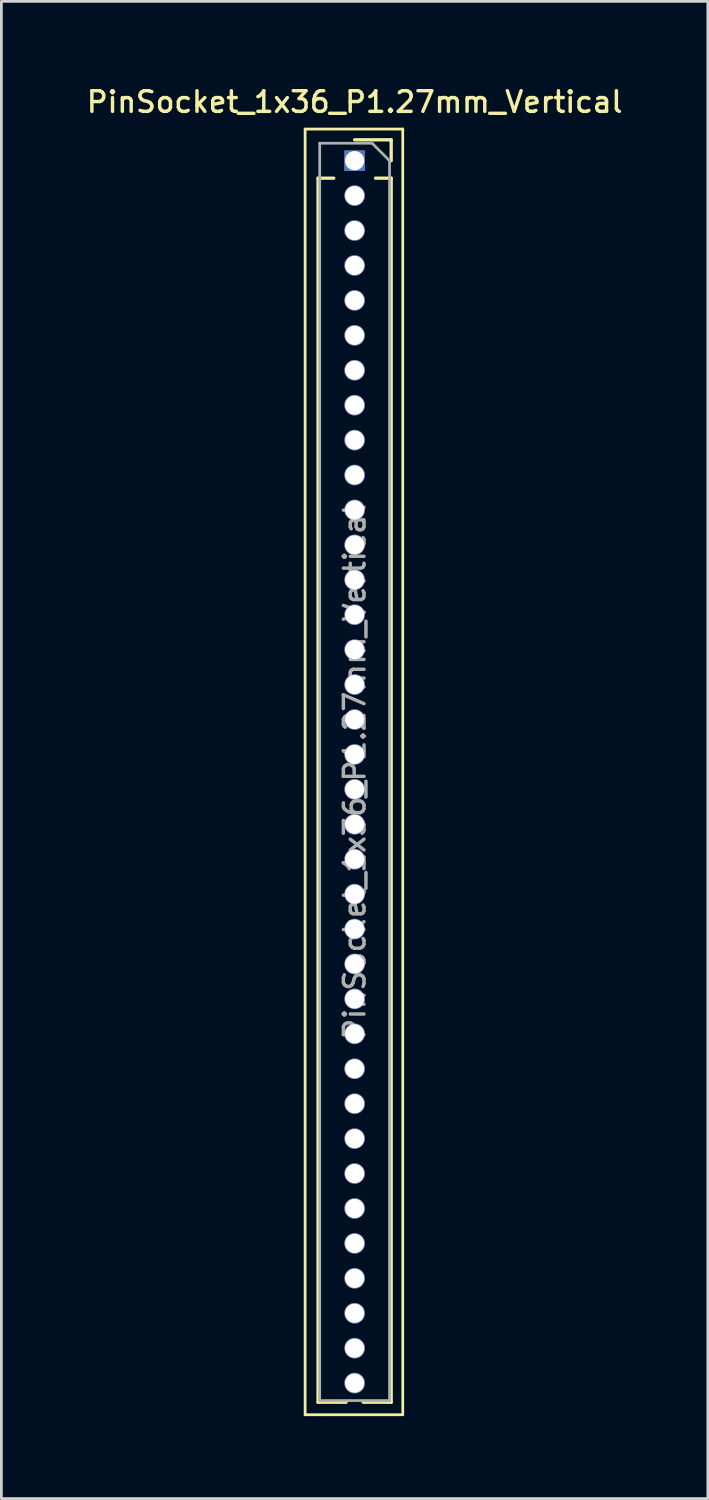
<source format=kicad_pcb>
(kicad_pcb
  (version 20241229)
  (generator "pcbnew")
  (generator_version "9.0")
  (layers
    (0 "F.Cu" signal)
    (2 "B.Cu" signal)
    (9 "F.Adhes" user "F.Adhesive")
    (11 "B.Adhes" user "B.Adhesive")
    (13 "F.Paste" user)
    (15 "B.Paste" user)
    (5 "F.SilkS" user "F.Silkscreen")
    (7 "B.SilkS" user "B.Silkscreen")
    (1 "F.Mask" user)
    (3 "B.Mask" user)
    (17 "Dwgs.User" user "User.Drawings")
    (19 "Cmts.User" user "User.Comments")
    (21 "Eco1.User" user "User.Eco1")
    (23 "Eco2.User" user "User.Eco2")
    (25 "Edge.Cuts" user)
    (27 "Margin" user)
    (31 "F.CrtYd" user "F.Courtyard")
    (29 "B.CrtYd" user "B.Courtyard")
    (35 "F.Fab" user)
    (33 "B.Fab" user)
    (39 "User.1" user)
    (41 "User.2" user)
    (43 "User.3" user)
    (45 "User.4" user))
  (footprint "PinSocket_1x36_P1.27mm_Vertical"
    (layer "F.Cu")
    (at 9.845 2.793)
    (property "Reference" "PinSocket_1x36_P1.27mm_Vertical" (at 0 -2.135 0) (layer "F.SilkS") (effects (font (size 0.75 0.75) (thickness 0.125))))
    (attr through_hole)
    (fp_line (start -1.8 -1.15) (end 1.75 -1.15) (stroke (width 0.1) (type solid)) (layer "F.SilkS"))
    (fp_line (start -1.8 45.6) (end -1.8 -1.15) (stroke (width 0.1) (type solid)) (layer "F.SilkS"))
    (fp_line (start -1.33 0.635) (end -1.33 45.145) (stroke (width 0.12) (type solid)) (layer "F.SilkS"))
    (fp_line (start -1.33 0.635) (end -0.76 0.635) (stroke (width 0.12) (type solid)) (layer "F.SilkS"))
    (fp_line (start -1.33 45.145) (end -0.308 45.145) (stroke (width 0.12) (type solid)) (layer "F.SilkS"))
    (fp_line (start 0 -0.76) (end 1.33 -0.76) (stroke (width 0.12) (type solid)) (layer "F.SilkS"))
    (fp_line (start 0.308 45.145) (end 1.33 45.145) (stroke (width 0.12) (type solid)) (layer "F.SilkS"))
    (fp_line (start 0.76 0.635) (end 1.33 0.635) (stroke (width 0.12) (type solid)) (layer "F.SilkS"))
    (fp_line (start 1.33 -0.76) (end 1.33 0) (stroke (width 0.12) (type solid)) (layer "F.SilkS"))
    (fp_line (start 1.33 0.635) (end 1.33 45.145) (stroke (width 0.12) (type solid)) (layer "F.SilkS"))
    (fp_line (start 1.75 -1.15) (end 1.75 45.6) (stroke (width 0.1) (type solid)) (layer "F.SilkS"))
    (fp_line (start 1.75 45.6) (end -1.8 45.6) (stroke (width 0.1) (type solid)) (layer "F.SilkS"))
    (fp_line (start -1.27 -0.635) (end 0.635 -0.635) (stroke (width 0.1) (type solid)) (layer "F.Fab"))
    (fp_line (start -1.27 45.085) (end -1.27 -0.635) (stroke (width 0.1) (type solid)) (layer "F.Fab"))
    (fp_line (start 0.635 -0.635) (end 1.27 0) (stroke (width 0.1) (type solid)) (layer "F.Fab"))
    (fp_line (start 1.27 0) (end 1.27 45.085) (stroke (width 0.1) (type solid)) (layer "F.Fab"))
    (fp_line (start 1.27 45.085) (end -1.27 45.085) (stroke (width 0.1) (type solid)) (layer "F.Fab"))
    (fp_text user "${REFERENCE}" (at 0 22.225 90) (layer "F.Fab") (effects (font (size 0.75 0.75) (thickness 0.125))))
    (pad "1" thru_hole rect (at 0 0) (size 0.75 0.75) (drill 0.7) (layers "*.Cu" "*.Mask"))
    (pad "2" thru_hole oval (at 0 1.27) (size 0.75 0.75) (drill 0.7) (layers "*.Cu" "*.Mask"))
    (pad "3" thru_hole oval (at 0 2.54) (size 0.75 0.75) (drill 0.7) (layers "*.Cu" "*.Mask"))
    (pad "4" thru_hole oval (at 0 3.81) (size 0.75 0.75) (drill 0.7) (layers "*.Cu" "*.Mask"))
    (pad "5" thru_hole oval (at 0 5.08) (size 0.75 0.75) (drill 0.7) (layers "*.Cu" "*.Mask"))
    (pad "6" thru_hole oval (at 0 6.35) (size 0.75 0.75) (drill 0.7) (layers "*.Cu" "*.Mask"))
    (pad "7" thru_hole oval (at 0 7.62) (size 0.75 0.75) (drill 0.7) (layers "*.Cu" "*.Mask"))
    (pad "8" thru_hole oval (at 0 8.89) (size 0.75 0.75) (drill 0.7) (layers "*.Cu" "*.Mask"))
    (pad "9" thru_hole oval (at 0 10.16) (size 0.75 0.75) (drill 0.7) (layers "*.Cu" "*.Mask"))
    (pad "10" thru_hole oval (at 0 11.43) (size 0.75 0.75) (drill 0.7) (layers "*.Cu" "*.Mask"))
    (pad "11" thru_hole oval (at 0 12.7) (size 0.75 0.75) (drill 0.7) (layers "*.Cu" "*.Mask"))
    (pad "12" thru_hole oval (at 0 13.97) (size 0.75 0.75) (drill 0.7) (layers "*.Cu" "*.Mask"))
    (pad "13" thru_hole oval (at 0 15.24) (size 0.75 0.75) (drill 0.7) (layers "*.Cu" "*.Mask"))
    (pad "14" thru_hole oval (at 0 16.51) (size 0.75 0.75) (drill 0.7) (layers "*.Cu" "*.Mask"))
    (pad "15" thru_hole oval (at 0 17.78) (size 0.75 0.75) (drill 0.7) (layers "*.Cu" "*.Mask"))
    (pad "16" thru_hole oval (at 0 19.05) (size 0.75 0.75) (drill 0.7) (layers "*.Cu" "*.Mask"))
    (pad "17" thru_hole oval (at 0 20.32) (size 0.75 0.75) (drill 0.7) (layers "*.Cu" "*.Mask"))
    (pad "18" thru_hole oval (at 0 21.59) (size 0.75 0.75) (drill 0.7) (layers "*.Cu" "*.Mask"))
    (pad "19" thru_hole oval (at 0 22.86) (size 0.75 0.75) (drill 0.7) (layers "*.Cu" "*.Mask"))
    (pad "20" thru_hole oval (at 0 24.13) (size 0.75 0.75) (drill 0.7) (layers "*.Cu" "*.Mask"))
    (pad "21" thru_hole oval (at 0 25.4) (size 0.75 0.75) (drill 0.7) (layers "*.Cu" "*.Mask"))
    (pad "22" thru_hole oval (at 0 26.67) (size 0.75 0.75) (drill 0.7) (layers "*.Cu" "*.Mask"))
    (pad "23" thru_hole oval (at 0 27.94) (size 0.75 0.75) (drill 0.7) (layers "*.Cu" "*.Mask"))
    (pad "24" thru_hole oval (at 0 29.21) (size 0.75 0.75) (drill 0.7) (layers "*.Cu" "*.Mask"))
    (pad "25" thru_hole oval (at 0 30.48) (size 0.75 0.75) (drill 0.7) (layers "*.Cu" "*.Mask"))
    (pad "26" thru_hole oval (at 0 31.75) (size 0.75 0.75) (drill 0.7) (layers "*.Cu" "*.Mask"))
    (pad "27" thru_hole oval (at 0 33.02) (size 0.75 0.75) (drill 0.7) (layers "*.Cu" "*.Mask"))
    (pad "28" thru_hole oval (at 0 34.29) (size 0.75 0.75) (drill 0.7) (layers "*.Cu" "*.Mask"))
    (pad "29" thru_hole oval (at 0 35.56) (size 0.75 0.75) (drill 0.7) (layers "*.Cu" "*.Mask"))
    (pad "30" thru_hole oval (at 0 36.83) (size 0.75 0.75) (drill 0.7) (layers "*.Cu" "*.Mask"))
    (pad "31" thru_hole oval (at 0 38.1) (size 0.75 0.75) (drill 0.7) (layers "*.Cu" "*.Mask"))
    (pad "32" thru_hole oval (at 0 39.37) (size 0.75 0.75) (drill 0.7) (layers "*.Cu" "*.Mask"))
    (pad "33" thru_hole oval (at 0 40.64) (size 0.75 0.75) (drill 0.7) (layers "*.Cu" "*.Mask"))
    (pad "34" thru_hole oval (at 0 41.91) (size 0.75 0.75) (drill 0.7) (layers "*.Cu" "*.Mask"))
    (pad "35" thru_hole oval (at 0 43.18) (size 0.75 0.75) (drill 0.7) (layers "*.Cu" "*.Mask"))
    (pad "36" thru_hole oval (at 0 44.45) (size 0.75 0.75) (drill 0.7) (layers "*.Cu" "*.Mask")))
  (gr_rect
    (start -3 -3)
    (end 22.689 51.443)
    (stroke (width 0.1) (type default))
    (fill no)
    (layer "Edge.Cuts")))
</source>
